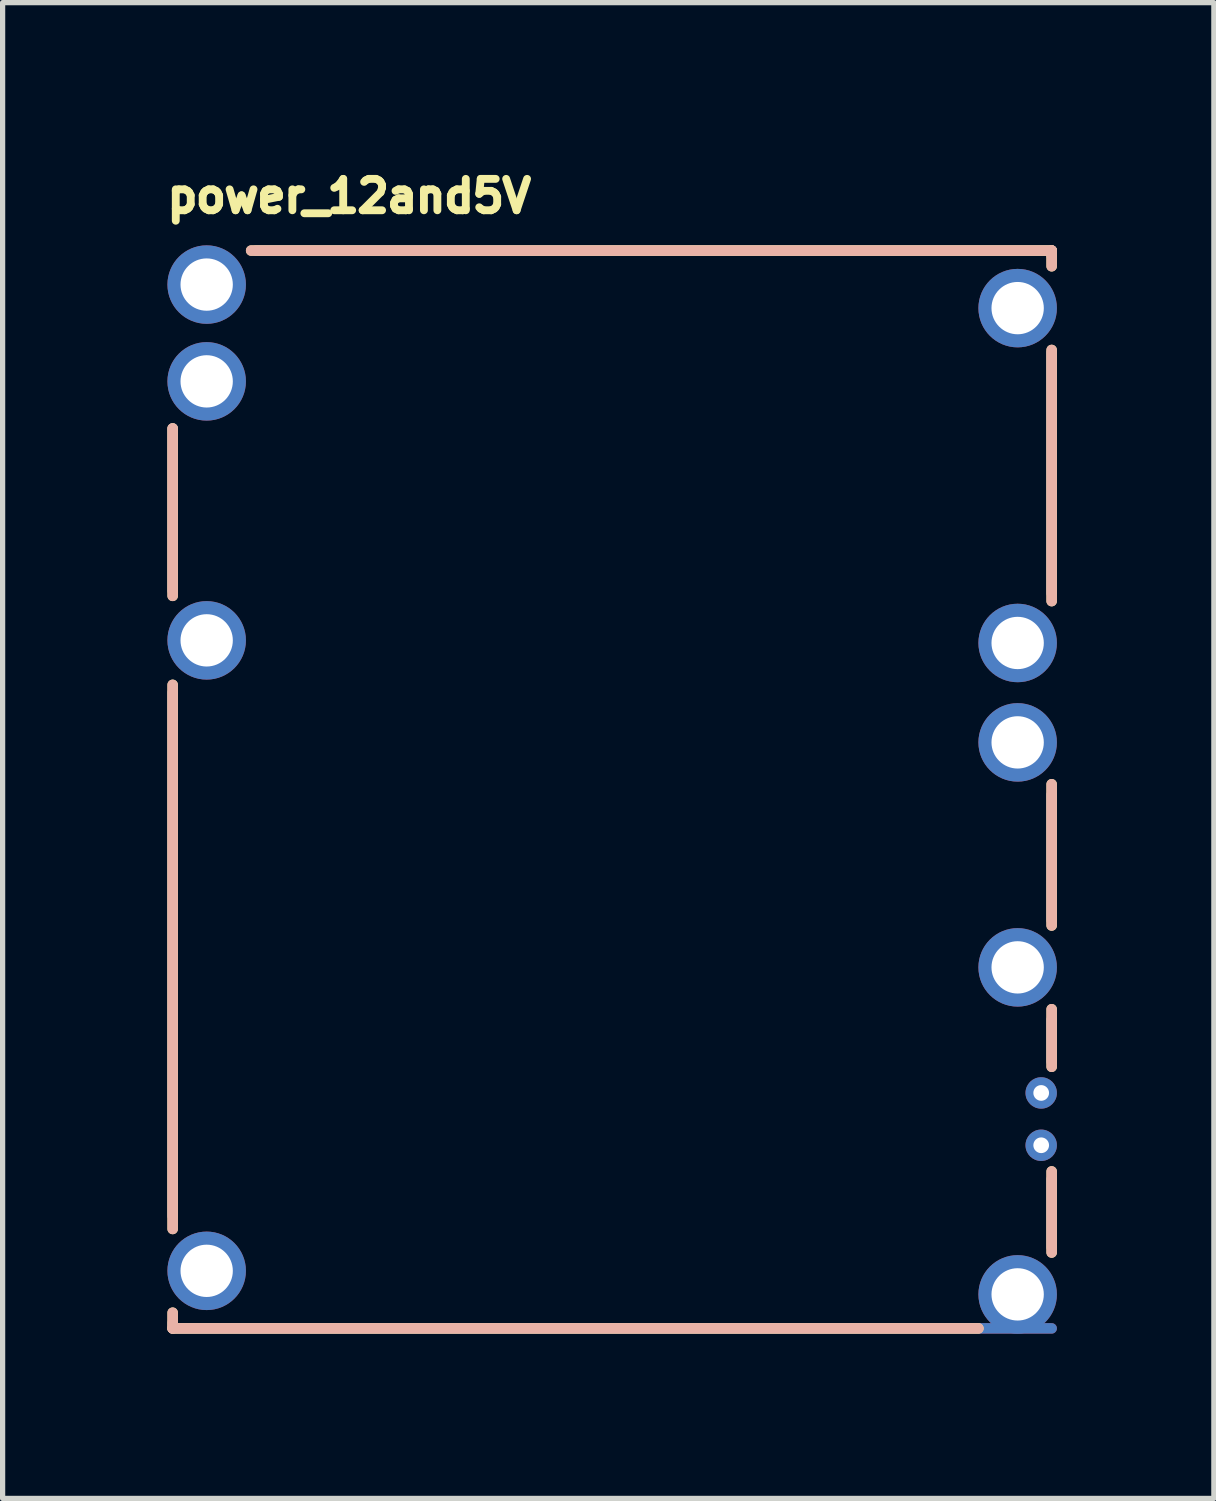
<source format=kicad_pcb>
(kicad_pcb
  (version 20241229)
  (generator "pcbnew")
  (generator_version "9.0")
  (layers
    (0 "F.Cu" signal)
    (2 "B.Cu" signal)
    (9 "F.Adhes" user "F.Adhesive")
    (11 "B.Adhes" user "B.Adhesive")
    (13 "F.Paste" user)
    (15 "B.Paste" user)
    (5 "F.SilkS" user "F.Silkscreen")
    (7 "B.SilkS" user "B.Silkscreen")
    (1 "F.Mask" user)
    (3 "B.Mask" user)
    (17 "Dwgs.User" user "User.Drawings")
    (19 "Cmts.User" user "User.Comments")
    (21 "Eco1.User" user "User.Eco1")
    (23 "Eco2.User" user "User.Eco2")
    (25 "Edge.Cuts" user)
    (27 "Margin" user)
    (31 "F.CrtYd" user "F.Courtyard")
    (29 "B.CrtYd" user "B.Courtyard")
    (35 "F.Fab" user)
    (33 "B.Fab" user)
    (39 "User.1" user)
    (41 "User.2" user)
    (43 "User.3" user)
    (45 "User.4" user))
  (footprint "power_12and5V"
    (layer "F.Cu")
    (at 0.25 22.339)
    (property "Reference" "power_12and5V" (at -0.182 -21.289 0) (unlocked yes) (layer "F.SilkS") (effects (font (size 0.6 0.6) (thickness 0.254)) (justify left bottom)))
    (fp_line (start -0.000003 -14) (end -0.000003 -17.2) (stroke (width 0.2) (type solid)) (layer "F.SilkS"))
    (fp_line (start -0.000003 -1.9) (end -0.000003 -12.3) (stroke (width 0.2) (type solid)) (layer "F.SilkS"))
    (fp_line (start -0.000003 0) (end -0.000003 -0.3) (stroke (width 0.2) (type solid)) (layer "F.SilkS"))
    (fp_line (start -0.000003 0) (end 15.4 0) (stroke (width 0.2) (type solid)) (layer "F.SilkS"))
    (fp_line (start 1.5 -20.6) (end 16.8 -20.6) (stroke (width 0.2) (type solid)) (layer "F.SilkS"))
    (fp_line (start 16.8 -13.9) (end 16.8 -18.7) (stroke (width 0.2) (type solid)) (layer "F.SilkS"))
    (fp_line (start 16.8 -7.7) (end 16.8 -10.4) (stroke (width 0.2) (type solid)) (layer "F.SilkS"))
    (fp_line (start 16.8 -5) (end 16.8 -6.1) (stroke (width 0.2) (type solid)) (layer "F.SilkS"))
    (fp_line (start 16.8 -1.45) (end 16.8 -3) (stroke (width 0.2) (type solid)) (layer "F.SilkS"))
    (fp_line (start 16.8 -20.3) (end 16.8 -20.6) (stroke (width 0.2) (type solid)) (layer "F.SilkS"))
    (fp_line (start -0.000003 -14) (end -0.000003 -17.2) (stroke (width 0.2) (type solid)) (layer "B.SilkS"))
    (fp_line (start -0.000003 -1.9) (end -0.000003 -12.3) (stroke (width 0.2) (type solid)) (layer "B.SilkS"))
    (fp_line (start -0.000003 0) (end -0.000003 -0.3) (stroke (width 0.2) (type solid)) (layer "B.SilkS"))
    (fp_line (start -0.000003 0) (end 15.4 0) (stroke (width 0.2) (type solid)) (layer "B.SilkS"))
    (fp_line (start 1.5 -20.6) (end 16.8 -20.6) (stroke (width 0.2) (type solid)) (layer "B.SilkS"))
    (fp_line (start 16.8 -13.9) (end 16.8 -18.7) (stroke (width 0.2) (type solid)) (layer "B.SilkS"))
    (fp_line (start 16.8 -7.7) (end 16.8 -10.4) (stroke (width 0.2) (type solid)) (layer "B.SilkS"))
    (fp_line (start 16.8 -5) (end 16.8 -6.1) (stroke (width 0.2) (type solid)) (layer "B.SilkS"))
    (fp_line (start 16.8 -1.45) (end 16.8 -3) (stroke (width 0.2) (type solid)) (layer "B.SilkS"))
    (fp_line (start 16.8 -20.3) (end 16.8 -20.6) (stroke (width 0.2) (type solid)) (layer "B.SilkS"))
    (pad "E1" thru_hole circle (at 16.15 -19.5) (size 1.5 1.5) (drill 1) (layers "*.Cu" "*.Mask"))
    (pad "E2" thru_hole circle (at 16.15 -13.1) (size 1.5 1.5) (drill 1) (layers "*.Cu" "*.Mask"))
    (pad "E3" thru_hole circle (at 16.15 -11.2) (size 1.5 1.5) (drill 1) (layers "*.Cu" "*.Mask"))
    (pad "E4" thru_hole circle (at 16.15 -6.9) (size 1.5 1.5) (drill 1) (layers "*.Cu" "*.Mask"))
    (pad "E5" thru_hole circle (at 16.6 -4.5 180) (size 0.6 0.6) (drill 0.3) (layers "*.Cu" "*.Mask"))
    (pad "E6" thru_hole circle (at 16.6 -3.5) (size 0.6 0.6) (drill 0.3) (layers "*.Cu" "*.Mask"))
    (pad "S1" smd oval (at -0.000003 -15.65 270) (size 3.3 0.2) (layers "F.Cu" "F.Mask" "F.Paste"))
    (pad "S1" smd oval (at -0.000003 -15.65 270) (size 3.3 0.2) (layers "B.Cu" "B.Mask" "B.Paste"))
    (pad "S1" smd oval (at -0.000003 -15.65 270) (size 3.3 0.2) (layers "In1.Cu"))
    (pad "S1" smd oval (at -0.000003 -15.65 270) (size 3.3 0.2) (layers "In2.Cu"))
    (pad "S1" smd oval (at -0.000003 -7.15 90) (size 10.2 0.2) (layers "F.Cu" "F.Mask" "F.Paste"))
    (pad "S1" smd oval (at -0.000003 -7.15 90) (size 10.2 0.2) (layers "B.Cu" "B.Mask" "B.Paste"))
    (pad "S1" smd oval (at -0.000003 -7.15 90) (size 10.2 0.2) (layers "In1.Cu"))
    (pad "S1" smd oval (at -0.000003 -7.15 90) (size 10.2 0.2) (layers "In2.Cu"))
    (pad "S1" smd oval (at -0.000003 -0.05 90) (size 0.3 0.2) (layers "F.Cu" "F.Mask" "F.Paste"))
    (pad "S1" smd oval (at -0.000003 -0.05 90) (size 0.3 0.2) (layers "B.Cu" "B.Mask" "B.Paste"))
    (pad "S1" smd oval (at -0.000003 -0.05 90) (size 0.3 0.2) (layers "In1.Cu"))
    (pad "S1" smd oval (at -0.000003 -0.05 90) (size 0.3 0.2) (layers "In2.Cu"))
    (pad "S1" smd oval (at 8.4 0) (size 17 0.2) (layers "F.Cu" "F.Mask" "F.Paste"))
    (pad "S1" smd oval (at 8.4 0) (size 17 0.2) (layers "B.Cu" "B.Mask" "B.Paste"))
    (pad "S1" smd oval (at 8.4 0) (size 17 0.2) (layers "In1.Cu"))
    (pad "S1" smd oval (at 8.4 0) (size 17 0.2) (layers "In2.Cu"))
    (pad "S1" smd oval (at 9.2 -20.6) (size 15.4 0.2) (layers "F.Cu" "F.Mask" "F.Paste"))
    (pad "S1" smd oval (at 9.2 -20.6) (size 15.4 0.2) (layers "B.Cu" "B.Mask" "B.Paste"))
    (pad "S1" smd oval (at 9.2 -20.6) (size 15.4 0.2) (layers "In1.Cu"))
    (pad "S1" smd oval (at 9.2 -20.6) (size 15.4 0.2) (layers "In2.Cu"))
    (pad "S1" thru_hole circle (at 16.15 -0.65 90) (size 1.5 1.5) (drill 1) (layers "*.Cu" "*.Mask"))
    (pad "S1" smd oval (at 16.8 -20.55 90) (size 0.3 0.2) (layers "F.Cu" "F.Mask" "F.Paste"))
    (pad "S1" smd oval (at 16.8 -20.55 90) (size 0.3 0.2) (layers "B.Cu" "B.Mask" "B.Paste"))
    (pad "S1" smd oval (at 16.8 -20.55 90) (size 0.3 0.2) (layers "In1.Cu"))
    (pad "S1" smd oval (at 16.8 -20.55 90) (size 0.3 0.2) (layers "In2.Cu"))
    (pad "S1" smd oval (at 16.8 -16.35 90) (size 4.8 0.2) (layers "F.Cu" "F.Mask" "F.Paste"))
    (pad "S1" smd oval (at 16.8 -16.35 90) (size 4.8 0.2) (layers "B.Cu" "B.Mask" "B.Paste"))
    (pad "S1" smd oval (at 16.8 -16.35 90) (size 4.8 0.2) (layers "In1.Cu"))
    (pad "S1" smd oval (at 16.8 -16.35 90) (size 4.8 0.2) (layers "In2.Cu"))
    (pad "S1" smd oval (at 16.8 -9 270) (size 2.6 0.2) (layers "F.Cu" "F.Mask" "F.Paste"))
    (pad "S1" smd oval (at 16.8 -9 270) (size 2.6 0.2) (layers "B.Cu" "B.Mask" "B.Paste"))
    (pad "S1" smd oval (at 16.8 -9 270) (size 2.6 0.2) (layers "In1.Cu"))
    (pad "S1" smd oval (at 16.8 -9 270) (size 2.6 0.2) (layers "In2.Cu"))
    (pad "S1" smd oval (at 16.8 -5.5 270) (size 1 0.2) (layers "F.Cu" "F.Mask" "F.Paste"))
    (pad "S1" smd oval (at 16.8 -5.5 270) (size 1 0.2) (layers "B.Cu" "B.Mask" "B.Paste"))
    (pad "S1" smd oval (at 16.8 -5.5 270) (size 1 0.2) (layers "In1.Cu"))
    (pad "S1" smd oval (at 16.8 -5.5 270) (size 1 0.2) (layers "In2.Cu"))
    (pad "S1" smd oval (at 16.8 -2.2 270) (size 1.5 0.2) (layers "F.Cu" "F.Mask" "F.Paste"))
    (pad "S1" smd oval (at 16.8 -2.2 270) (size 1.5 0.2) (layers "B.Cu" "B.Mask" "B.Paste"))
    (pad "S1" smd oval (at 16.8 -2.2 270) (size 1.5 0.2) (layers "In1.Cu"))
    (pad "S1" smd oval (at 16.8 -2.2 270) (size 1.5 0.2) (layers "In2.Cu"))
    (pad "V1" thru_hole circle (at 0.65 -19.95) (size 1.5 1.5) (drill 1) (layers "*.Cu" "*.Mask"))
    (pad "V2" thru_hole circle (at 0.65 -18.1) (size 1.5 1.5) (drill 1) (layers "*.Cu" "*.Mask"))
    (pad "V3" thru_hole circle (at 0.65 -13.15) (size 1.5 1.5) (drill 1) (layers "*.Cu" "*.Mask"))
    (pad "V4" thru_hole circle (at 0.65 -1.1) (size 1.5 1.5) (drill 1) (layers "*.Cu" "*.Mask"))
    (zone (net_name "") (layers "F.Cu" "B.Cu") (hatch edge 0.508) (connect_pads) (min_thickness 0.254) (filled_areas_thickness no) (keepout (tracks allowed) (vias allowed) (pads allowed) (copperpour not_allowed) (footprints allowed)) (placement (enabled no)) (fill) (polygon (pts (xy 17.05 22.339) (xy 0.25 22.339) (xy 0.25 1.749) (xy 17.05 1.749)))))
  (gr_rect
    (start -3 -3)
    (end 20.15 25.589)
    (stroke (width 0.1) (type default))
    (fill no)
    (layer "Edge.Cuts")))
</source>
